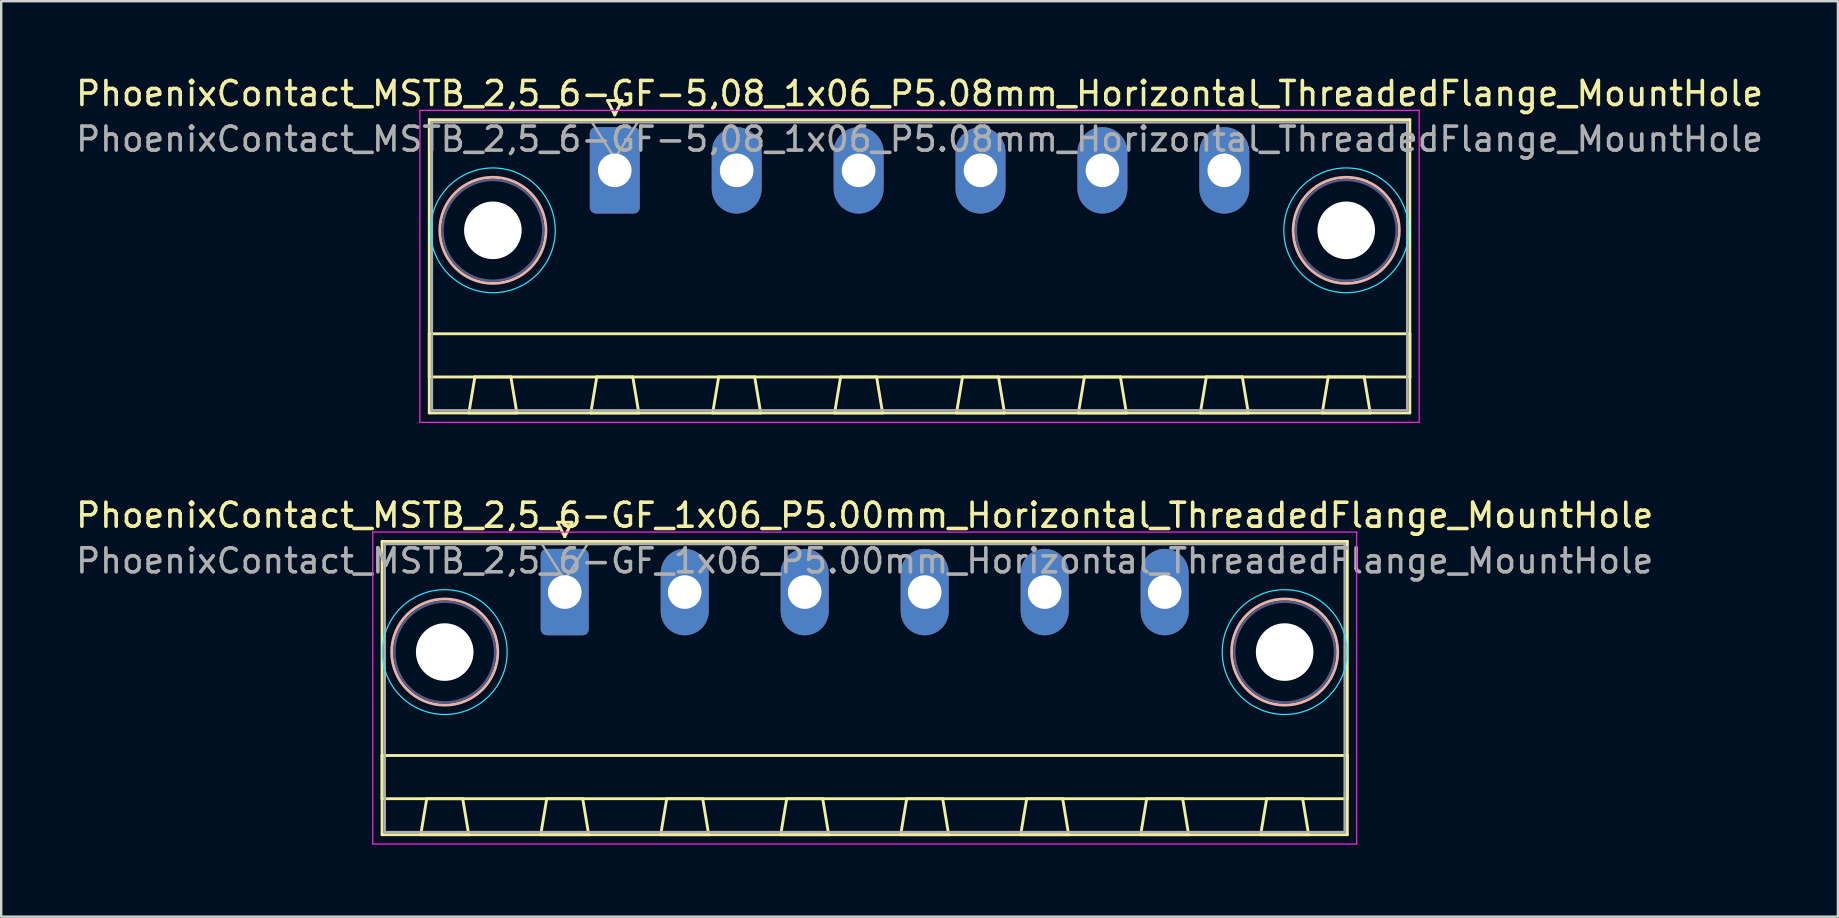
<source format=kicad_pcb>
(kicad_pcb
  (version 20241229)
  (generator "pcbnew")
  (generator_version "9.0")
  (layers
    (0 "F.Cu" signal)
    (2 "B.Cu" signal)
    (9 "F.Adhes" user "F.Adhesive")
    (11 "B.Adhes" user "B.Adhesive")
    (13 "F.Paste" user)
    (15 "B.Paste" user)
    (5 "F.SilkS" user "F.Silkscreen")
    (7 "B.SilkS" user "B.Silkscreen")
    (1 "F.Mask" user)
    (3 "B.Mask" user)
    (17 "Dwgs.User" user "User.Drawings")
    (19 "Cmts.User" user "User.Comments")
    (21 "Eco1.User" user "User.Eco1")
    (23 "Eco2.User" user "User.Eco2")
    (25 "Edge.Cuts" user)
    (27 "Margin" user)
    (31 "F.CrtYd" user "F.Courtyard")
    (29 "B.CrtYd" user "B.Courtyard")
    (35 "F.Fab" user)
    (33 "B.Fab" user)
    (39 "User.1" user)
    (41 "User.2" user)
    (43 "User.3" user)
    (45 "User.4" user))
  (footprint "PhoenixContact_MSTB_2,5_6-GF_1x06_P5.00mm_Horizontal_ThreadedFlange_MountHole"
    (layer "F.Cu")
    (at 20.482 21.622)
    (property "Reference" "PhoenixContact_MSTB_2,5_6-GF_1x06_P5.00mm_Horizontal_ThreadedFlange_MountHole" (at 12.5 -3.2 0) (layer "F.SilkS") (effects (font (size 1 1) (thickness 0.15))))
    (attr through_hole)
    (fp_line (start -7.61 -2.11) (end -7.61 10.11) (stroke (width 0.12) (type solid)) (layer "F.SilkS"))
    (fp_line (start -7.61 6.81) (end 32.61 6.81) (stroke (width 0.12) (type solid)) (layer "F.SilkS"))
    (fp_line (start -7.61 8.61) (end -7.61 6.81) (stroke (width 0.12) (type solid)) (layer "F.SilkS"))
    (fp_line (start -7.61 10.11) (end 32.61 10.11) (stroke (width 0.12) (type solid)) (layer "F.SilkS"))
    (fp_line (start -6 10.11) (end -4 10.11) (stroke (width 0.12) (type solid)) (layer "F.SilkS"))
    (fp_line (start -5.75 8.61) (end -6 10.11) (stroke (width 0.12) (type solid)) (layer "F.SilkS"))
    (fp_line (start -4.25 8.61) (end -5.75 8.61) (stroke (width 0.12) (type solid)) (layer "F.SilkS"))
    (fp_line (start -4 10.11) (end -4.25 8.61) (stroke (width 0.12) (type solid)) (layer "F.SilkS"))
    (fp_line (start -1 10.11) (end 1 10.11) (stroke (width 0.12) (type solid)) (layer "F.SilkS"))
    (fp_line (start -0.75 8.61) (end -1 10.11) (stroke (width 0.12) (type solid)) (layer "F.SilkS"))
    (fp_line (start -0.3 -2.91) (end 0.3 -2.91) (stroke (width 0.12) (type solid)) (layer "F.SilkS"))
    (fp_line (start 0 -2.31) (end -0.3 -2.91) (stroke (width 0.12) (type solid)) (layer "F.SilkS"))
    (fp_line (start 0.3 -2.91) (end 0 -2.31) (stroke (width 0.12) (type solid)) (layer "F.SilkS"))
    (fp_line (start 0.75 8.61) (end -0.75 8.61) (stroke (width 0.12) (type solid)) (layer "F.SilkS"))
    (fp_line (start 1 10.11) (end 0.75 8.61) (stroke (width 0.12) (type solid)) (layer "F.SilkS"))
    (fp_line (start 4 10.11) (end 6 10.11) (stroke (width 0.12) (type solid)) (layer "F.SilkS"))
    (fp_line (start 4.25 8.61) (end 4 10.11) (stroke (width 0.12) (type solid)) (layer "F.SilkS"))
    (fp_line (start 5.75 8.61) (end 4.25 8.61) (stroke (width 0.12) (type solid)) (layer "F.SilkS"))
    (fp_line (start 6 10.11) (end 5.75 8.61) (stroke (width 0.12) (type solid)) (layer "F.SilkS"))
    (fp_line (start 9 10.11) (end 11 10.11) (stroke (width 0.12) (type solid)) (layer "F.SilkS"))
    (fp_line (start 9.25 8.61) (end 9 10.11) (stroke (width 0.12) (type solid)) (layer "F.SilkS"))
    (fp_line (start 10.75 8.61) (end 9.25 8.61) (stroke (width 0.12) (type solid)) (layer "F.SilkS"))
    (fp_line (start 11 10.11) (end 10.75 8.61) (stroke (width 0.12) (type solid)) (layer "F.SilkS"))
    (fp_line (start 14 10.11) (end 16 10.11) (stroke (width 0.12) (type solid)) (layer "F.SilkS"))
    (fp_line (start 14.25 8.61) (end 14 10.11) (stroke (width 0.12) (type solid)) (layer "F.SilkS"))
    (fp_line (start 15.75 8.61) (end 14.25 8.61) (stroke (width 0.12) (type solid)) (layer "F.SilkS"))
    (fp_line (start 16 10.11) (end 15.75 8.61) (stroke (width 0.12) (type solid)) (layer "F.SilkS"))
    (fp_line (start 19 10.11) (end 21 10.11) (stroke (width 0.12) (type solid)) (layer "F.SilkS"))
    (fp_line (start 19.25 8.61) (end 19 10.11) (stroke (width 0.12) (type solid)) (layer "F.SilkS"))
    (fp_line (start 20.75 8.61) (end 19.25 8.61) (stroke (width 0.12) (type solid)) (layer "F.SilkS"))
    (fp_line (start 21 10.11) (end 20.75 8.61) (stroke (width 0.12) (type solid)) (layer "F.SilkS"))
    (fp_line (start 24 10.11) (end 26 10.11) (stroke (width 0.12) (type solid)) (layer "F.SilkS"))
    (fp_line (start 24.25 8.61) (end 24 10.11) (stroke (width 0.12) (type solid)) (layer "F.SilkS"))
    (fp_line (start 25.75 8.61) (end 24.25 8.61) (stroke (width 0.12) (type solid)) (layer "F.SilkS"))
    (fp_line (start 26 10.11) (end 25.75 8.61) (stroke (width 0.12) (type solid)) (layer "F.SilkS"))
    (fp_line (start 29 10.11) (end 31 10.11) (stroke (width 0.12) (type solid)) (layer "F.SilkS"))
    (fp_line (start 29.25 8.61) (end 29 10.11) (stroke (width 0.12) (type solid)) (layer "F.SilkS"))
    (fp_line (start 30.75 8.61) (end 29.25 8.61) (stroke (width 0.12) (type solid)) (layer "F.SilkS"))
    (fp_line (start 31 10.11) (end 30.75 8.61) (stroke (width 0.12) (type solid)) (layer "F.SilkS"))
    (fp_line (start 32.61 -2.11) (end -7.61 -2.11) (stroke (width 0.12) (type solid)) (layer "F.SilkS"))
    (fp_line (start 32.61 6.81) (end 32.61 8.61) (stroke (width 0.12) (type solid)) (layer "F.SilkS"))
    (fp_line (start 32.61 8.61) (end -7.61 8.61) (stroke (width 0.12) (type solid)) (layer "F.SilkS"))
    (fp_line (start 32.61 10.11) (end 32.61 -2.11) (stroke (width 0.12) (type solid)) (layer "F.SilkS"))
    (fp_circle (center -5 2.5) (end -2.79 2.5) (stroke (width 0.12) (type solid)) (fill no) (layer "B.SilkS"))
    (fp_circle (center 30 2.5) (end 32.21 2.5) (stroke (width 0.12) (type solid)) (fill no) (layer "B.SilkS"))
    (fp_circle (center -5 2.5) (end -2.4 2.5) (stroke (width 0.05) (type solid)) (fill no) (layer "B.CrtYd"))
    (fp_circle (center 30 2.5) (end 32.6 2.5) (stroke (width 0.05) (type solid)) (fill no) (layer "B.CrtYd"))
    (fp_line (start -8 -2.5) (end -8 10.5) (stroke (width 0.05) (type solid)) (layer "F.CrtYd"))
    (fp_line (start -8 10.5) (end 33 10.5) (stroke (width 0.05) (type solid)) (layer "F.CrtYd"))
    (fp_line (start 33 -2.5) (end -8 -2.5) (stroke (width 0.05) (type solid)) (layer "F.CrtYd"))
    (fp_line (start 33 10.5) (end 33 -2.5) (stroke (width 0.05) (type solid)) (layer "F.CrtYd"))
    (fp_circle (center -5 2.5) (end -2.9 2.5) (stroke (width 0.1) (type solid)) (fill no) (layer "B.Fab"))
    (fp_circle (center 30 2.5) (end 32.1 2.5) (stroke (width 0.1) (type solid)) (fill no) (layer "B.Fab"))
    (fp_line (start -7.5 -2) (end -7.5 10) (stroke (width 0.1) (type solid)) (layer "F.Fab"))
    (fp_line (start -7.5 10) (end 32.5 10) (stroke (width 0.1) (type solid)) (layer "F.Fab"))
    (fp_line (start 0 -0.5) (end -0.95 -2) (stroke (width 0.1) (type solid)) (layer "F.Fab"))
    (fp_line (start 0.95 -2) (end 0 -0.5) (stroke (width 0.1) (type solid)) (layer "F.Fab"))
    (fp_line (start 32.5 -2) (end -7.5 -2) (stroke (width 0.1) (type solid)) (layer "F.Fab"))
    (fp_line (start 32.5 10) (end 32.5 -2) (stroke (width 0.1) (type solid)) (layer "F.Fab"))
    (fp_text user "${REFERENCE}" (at 12.5 -1.3 0) (layer "F.Fab") (effects (font (size 1 1) (thickness 0.15))))
    (pad "" np_thru_hole circle (at -5 2.5) (size 2.4 2.4) (drill 2.4) (layers "*.Cu" "*.Mask"))
    (pad "" np_thru_hole circle (at 30 2.5) (size 2.4 2.4) (drill 2.4) (layers "*.Cu" "*.Mask"))
    (pad "1" thru_hole roundrect (at 0 0) (size 2 3.6) (drill 1.4) (layers "*.Cu" "*.Mask") (roundrect_rratio 0.125))
    (pad "2" thru_hole oval (at 5 0) (size 2 3.6) (drill 1.4) (layers "*.Cu" "*.Mask"))
    (pad "3" thru_hole oval (at 10 0) (size 2 3.6) (drill 1.4) (layers "*.Cu" "*.Mask"))
    (pad "4" thru_hole oval (at 15 0) (size 2 3.6) (drill 1.4) (layers "*.Cu" "*.Mask"))
    (pad "5" thru_hole oval (at 20 0) (size 2 3.6) (drill 1.4) (layers "*.Cu" "*.Mask"))
    (pad "6" thru_hole oval (at 25 0) (size 2 3.6) (drill 1.4) (layers "*.Cu" "*.Mask")))
  (footprint "PhoenixContact_MSTB_2,5_6-GF-5,08_1x06_P5.08mm_Horizontal_ThreadedFlange_MountHole"
    (layer "F.Cu")
    (at 22.568 4.048)
    (property "Reference" "PhoenixContact_MSTB_2,5_6-GF-5,08_1x06_P5.08mm_Horizontal_ThreadedFlange_MountHole" (at 12.7 -3.2 0) (layer "F.SilkS") (effects (font (size 1 1) (thickness 0.15))))
    (attr through_hole)
    (fp_line (start -7.73 -2.11) (end -7.73 10.11) (stroke (width 0.12) (type solid)) (layer "F.SilkS"))
    (fp_line (start -7.73 6.81) (end 33.13 6.81) (stroke (width 0.12) (type solid)) (layer "F.SilkS"))
    (fp_line (start -7.73 8.61) (end -7.73 6.81) (stroke (width 0.12) (type solid)) (layer "F.SilkS"))
    (fp_line (start -7.73 10.11) (end 33.13 10.11) (stroke (width 0.12) (type solid)) (layer "F.SilkS"))
    (fp_line (start -6.08 10.11) (end -4.08 10.11) (stroke (width 0.12) (type solid)) (layer "F.SilkS"))
    (fp_line (start -5.83 8.61) (end -6.08 10.11) (stroke (width 0.12) (type solid)) (layer "F.SilkS"))
    (fp_line (start -4.33 8.61) (end -5.83 8.61) (stroke (width 0.12) (type solid)) (layer "F.SilkS"))
    (fp_line (start -4.08 10.11) (end -4.33 8.61) (stroke (width 0.12) (type solid)) (layer "F.SilkS"))
    (fp_line (start -1 10.11) (end 1 10.11) (stroke (width 0.12) (type solid)) (layer "F.SilkS"))
    (fp_line (start -0.75 8.61) (end -1 10.11) (stroke (width 0.12) (type solid)) (layer "F.SilkS"))
    (fp_line (start -0.3 -2.91) (end 0.3 -2.91) (stroke (width 0.12) (type solid)) (layer "F.SilkS"))
    (fp_line (start 0 -2.31) (end -0.3 -2.91) (stroke (width 0.12) (type solid)) (layer "F.SilkS"))
    (fp_line (start 0.3 -2.91) (end 0 -2.31) (stroke (width 0.12) (type solid)) (layer "F.SilkS"))
    (fp_line (start 0.75 8.61) (end -0.75 8.61) (stroke (width 0.12) (type solid)) (layer "F.SilkS"))
    (fp_line (start 1 10.11) (end 0.75 8.61) (stroke (width 0.12) (type solid)) (layer "F.SilkS"))
    (fp_line (start 4.08 10.11) (end 6.08 10.11) (stroke (width 0.12) (type solid)) (layer "F.SilkS"))
    (fp_line (start 4.33 8.61) (end 4.08 10.11) (stroke (width 0.12) (type solid)) (layer "F.SilkS"))
    (fp_line (start 5.83 8.61) (end 4.33 8.61) (stroke (width 0.12) (type solid)) (layer "F.SilkS"))
    (fp_line (start 6.08 10.11) (end 5.83 8.61) (stroke (width 0.12) (type solid)) (layer "F.SilkS"))
    (fp_line (start 9.16 10.11) (end 11.16 10.11) (stroke (width 0.12) (type solid)) (layer "F.SilkS"))
    (fp_line (start 9.41 8.61) (end 9.16 10.11) (stroke (width 0.12) (type solid)) (layer "F.SilkS"))
    (fp_line (start 10.91 8.61) (end 9.41 8.61) (stroke (width 0.12) (type solid)) (layer "F.SilkS"))
    (fp_line (start 11.16 10.11) (end 10.91 8.61) (stroke (width 0.12) (type solid)) (layer "F.SilkS"))
    (fp_line (start 14.24 10.11) (end 16.24 10.11) (stroke (width 0.12) (type solid)) (layer "F.SilkS"))
    (fp_line (start 14.49 8.61) (end 14.24 10.11) (stroke (width 0.12) (type solid)) (layer "F.SilkS"))
    (fp_line (start 15.99 8.61) (end 14.49 8.61) (stroke (width 0.12) (type solid)) (layer "F.SilkS"))
    (fp_line (start 16.24 10.11) (end 15.99 8.61) (stroke (width 0.12) (type solid)) (layer "F.SilkS"))
    (fp_line (start 19.32 10.11) (end 21.32 10.11) (stroke (width 0.12) (type solid)) (layer "F.SilkS"))
    (fp_line (start 19.57 8.61) (end 19.32 10.11) (stroke (width 0.12) (type solid)) (layer "F.SilkS"))
    (fp_line (start 21.07 8.61) (end 19.57 8.61) (stroke (width 0.12) (type solid)) (layer "F.SilkS"))
    (fp_line (start 21.32 10.11) (end 21.07 8.61) (stroke (width 0.12) (type solid)) (layer "F.SilkS"))
    (fp_line (start 24.4 10.11) (end 26.4 10.11) (stroke (width 0.12) (type solid)) (layer "F.SilkS"))
    (fp_line (start 24.65 8.61) (end 24.4 10.11) (stroke (width 0.12) (type solid)) (layer "F.SilkS"))
    (fp_line (start 26.15 8.61) (end 24.65 8.61) (stroke (width 0.12) (type solid)) (layer "F.SilkS"))
    (fp_line (start 26.4 10.11) (end 26.15 8.61) (stroke (width 0.12) (type solid)) (layer "F.SilkS"))
    (fp_line (start 29.48 10.11) (end 31.48 10.11) (stroke (width 0.12) (type solid)) (layer "F.SilkS"))
    (fp_line (start 29.73 8.61) (end 29.48 10.11) (stroke (width 0.12) (type solid)) (layer "F.SilkS"))
    (fp_line (start 31.23 8.61) (end 29.73 8.61) (stroke (width 0.12) (type solid)) (layer "F.SilkS"))
    (fp_line (start 31.48 10.11) (end 31.23 8.61) (stroke (width 0.12) (type solid)) (layer "F.SilkS"))
    (fp_line (start 33.13 -2.11) (end -7.73 -2.11) (stroke (width 0.12) (type solid)) (layer "F.SilkS"))
    (fp_line (start 33.13 6.81) (end 33.13 8.61) (stroke (width 0.12) (type solid)) (layer "F.SilkS"))
    (fp_line (start 33.13 8.61) (end -7.73 8.61) (stroke (width 0.12) (type solid)) (layer "F.SilkS"))
    (fp_line (start 33.13 10.11) (end 33.13 -2.11) (stroke (width 0.12) (type solid)) (layer "F.SilkS"))
    (fp_circle (center -5.08 2.5) (end -2.87 2.5) (stroke (width 0.12) (type solid)) (fill no) (layer "B.SilkS"))
    (fp_circle (center 30.48 2.5) (end 32.69 2.5) (stroke (width 0.12) (type solid)) (fill no) (layer "B.SilkS"))
    (fp_circle (center -5.08 2.5) (end -2.48 2.5) (stroke (width 0.05) (type solid)) (fill no) (layer "B.CrtYd"))
    (fp_circle (center 30.48 2.5) (end 33.08 2.5) (stroke (width 0.05) (type solid)) (fill no) (layer "B.CrtYd"))
    (fp_line (start -8.12 -2.5) (end -8.12 10.5) (stroke (width 0.05) (type solid)) (layer "F.CrtYd"))
    (fp_line (start -8.12 10.5) (end 33.52 10.5) (stroke (width 0.05) (type solid)) (layer "F.CrtYd"))
    (fp_line (start 33.52 -2.5) (end -8.12 -2.5) (stroke (width 0.05) (type solid)) (layer "F.CrtYd"))
    (fp_line (start 33.52 10.5) (end 33.52 -2.5) (stroke (width 0.05) (type solid)) (layer "F.CrtYd"))
    (fp_circle (center -5.08 2.5) (end -2.98 2.5) (stroke (width 0.1) (type solid)) (fill no) (layer "B.Fab"))
    (fp_circle (center 30.48 2.5) (end 32.58 2.5) (stroke (width 0.1) (type solid)) (fill no) (layer "B.Fab"))
    (fp_line (start -7.62 -2) (end -7.62 10) (stroke (width 0.1) (type solid)) (layer "F.Fab"))
    (fp_line (start -7.62 10) (end 33.02 10) (stroke (width 0.1) (type solid)) (layer "F.Fab"))
    (fp_line (start 0 -0.5) (end -0.95 -2) (stroke (width 0.1) (type solid)) (layer "F.Fab"))
    (fp_line (start 0.95 -2) (end 0 -0.5) (stroke (width 0.1) (type solid)) (layer "F.Fab"))
    (fp_line (start 33.02 -2) (end -7.62 -2) (stroke (width 0.1) (type solid)) (layer "F.Fab"))
    (fp_line (start 33.02 10) (end 33.02 -2) (stroke (width 0.1) (type solid)) (layer "F.Fab"))
    (fp_text user "${REFERENCE}" (at 12.7 -1.3 0) (layer "F.Fab") (effects (font (size 1 1) (thickness 0.15))))
    (pad "" np_thru_hole circle (at -5.08 2.5) (size 2.4 2.4) (drill 2.4) (layers "*.Cu" "*.Mask"))
    (pad "" np_thru_hole circle (at 30.48 2.5) (size 2.4 2.4) (drill 2.4) (layers "*.Cu" "*.Mask"))
    (pad "1" thru_hole roundrect (at 0 0) (size 2.08 3.6) (drill 1.4) (layers "*.Cu" "*.Mask") (roundrect_rratio 0.12))
    (pad "2" thru_hole oval (at 5.08 0) (size 2.08 3.6) (drill 1.4) (layers "*.Cu" "*.Mask"))
    (pad "3" thru_hole oval (at 10.16 0) (size 2.08 3.6) (drill 1.4) (layers "*.Cu" "*.Mask"))
    (pad "4" thru_hole oval (at 15.24 0) (size 2.08 3.6) (drill 1.4) (layers "*.Cu" "*.Mask"))
    (pad "5" thru_hole oval (at 20.32 0) (size 2.08 3.6) (drill 1.4) (layers "*.Cu" "*.Mask"))
    (pad "6" thru_hole oval (at 25.4 0) (size 2.08 3.6) (drill 1.4) (layers "*.Cu" "*.Mask")))
  (gr_rect
    (start -3 -3)
    (end 73.536 35.147)
    (stroke (width 0.1) (type default))
    (fill no)
    (layer "Edge.Cuts")))
</source>
